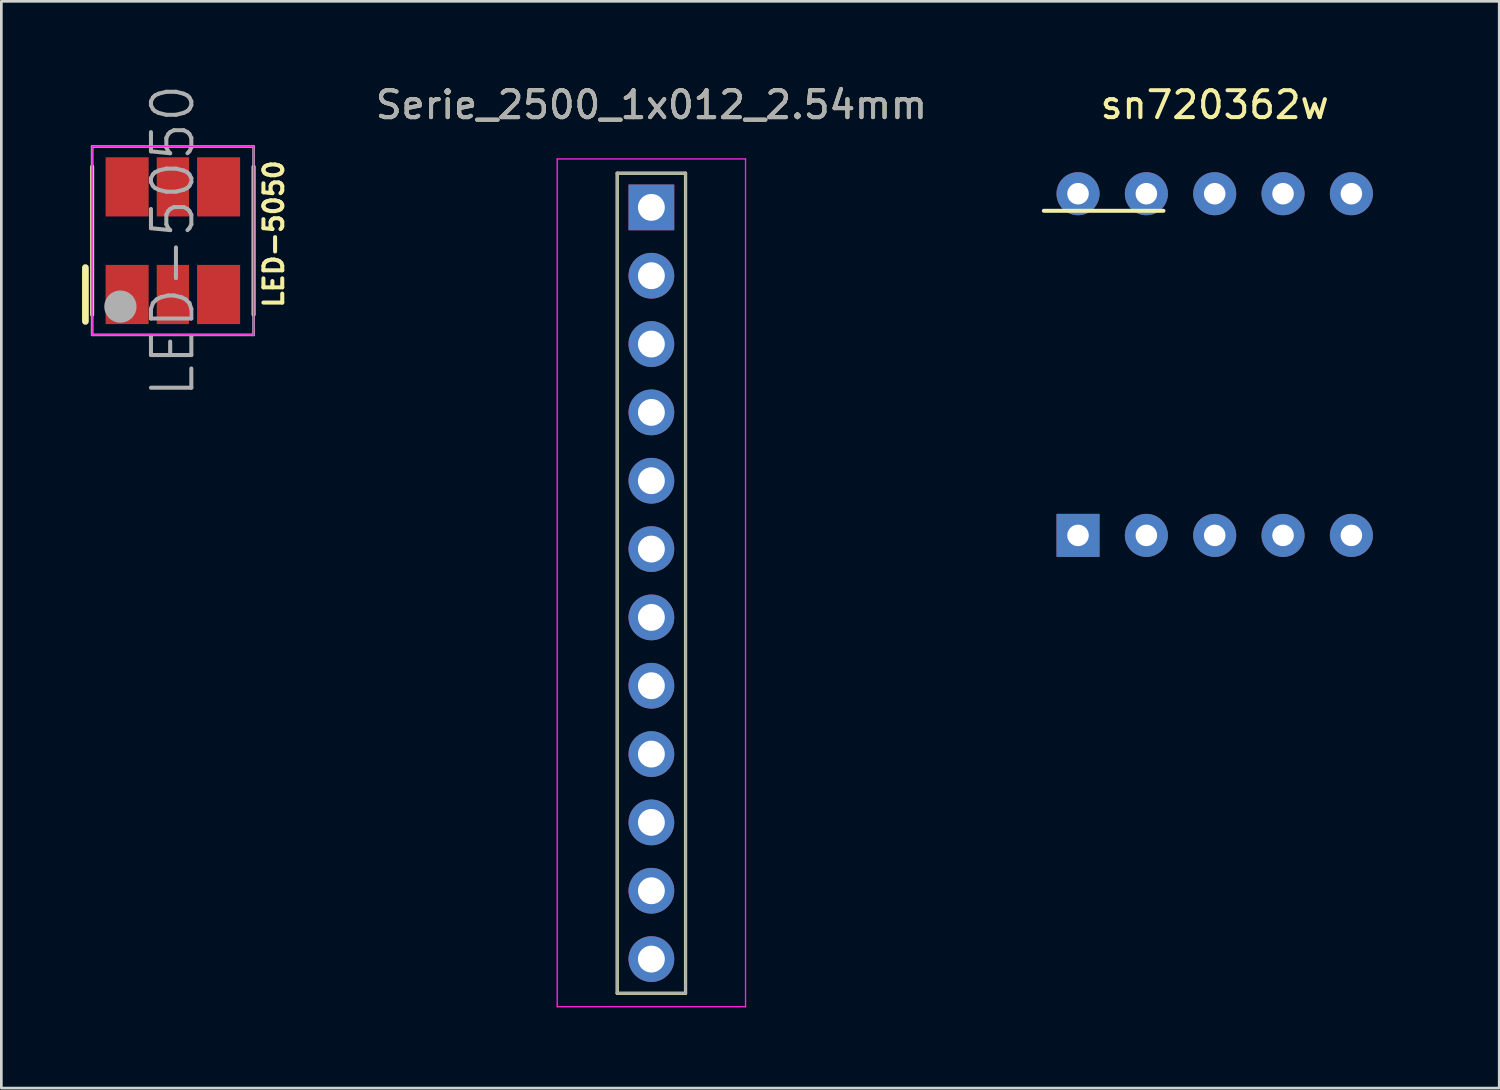
<source format=kicad_pcb>
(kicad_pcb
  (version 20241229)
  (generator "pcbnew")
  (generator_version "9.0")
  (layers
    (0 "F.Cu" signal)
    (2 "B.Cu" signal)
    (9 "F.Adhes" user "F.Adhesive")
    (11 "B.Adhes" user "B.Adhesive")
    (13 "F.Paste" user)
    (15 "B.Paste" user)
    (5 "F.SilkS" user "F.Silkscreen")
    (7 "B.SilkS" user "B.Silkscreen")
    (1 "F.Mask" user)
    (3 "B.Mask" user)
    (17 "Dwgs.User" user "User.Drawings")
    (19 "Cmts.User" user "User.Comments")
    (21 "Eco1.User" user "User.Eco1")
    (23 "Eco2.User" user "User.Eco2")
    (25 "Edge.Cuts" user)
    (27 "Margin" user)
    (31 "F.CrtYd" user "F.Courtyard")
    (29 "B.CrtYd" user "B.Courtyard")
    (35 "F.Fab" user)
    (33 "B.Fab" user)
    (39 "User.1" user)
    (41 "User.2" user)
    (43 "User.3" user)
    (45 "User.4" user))
  (footprint "LED-5050"
    (layer "F.Cu")
    (at 3.375 5.896)
    (property "Reference" "LED-5050" (at 3.75 -0.25 90) (layer "F.SilkS") (effects (font (size 0.7 0.7) (thickness 0.15))))
    (attr through_hole)
    (fp_line (start -3.25 1) (end -3.25 3) (stroke (width 0.25) (type solid)) (layer "F.SilkS"))
    (fp_line (start -3 2.75) (end -3 -2.75) (stroke (width 0.15) (type solid)) (layer "F.SilkS"))
    (fp_line (start 3 2.75) (end 3 -2.75) (stroke (width 0.15) (type solid)) (layer "F.SilkS"))
    (fp_line (start -3 -3.5) (end 3 -3.5) (stroke (width 0.05) (type solid)) (layer "F.CrtYd"))
    (fp_line (start -3 3.5) (end -3 -3.5) (stroke (width 0.05) (type solid)) (layer "F.CrtYd"))
    (fp_line (start 3 -3.5) (end 3 3.5) (stroke (width 0.05) (type solid)) (layer "F.CrtYd"))
    (fp_line (start 3 3.5) (end -3 3.5) (stroke (width 0.05) (type solid)) (layer "F.CrtYd"))
    (fp_line (start -3 -3.5) (end 3 -3.5) (stroke (width 0.1) (type solid)) (layer "F.Fab"))
    (fp_line (start -3 3.5) (end -3 -3.5) (stroke (width 0.1) (type solid)) (layer "F.Fab"))
    (fp_line (start 3 -3.5) (end 3 3.5) (stroke (width 0.1) (type solid)) (layer "F.Fab"))
    (fp_line (start 3 3.5) (end -3 3.5) (stroke (width 0.1) (type solid)) (layer "F.Fab"))
    (fp_circle (center -1.95 2.45) (end -1.65 2.45) (stroke (width 0.6) (type solid)) (fill no) (layer "F.Fab"))
    (fp_text user "${REFERENCE}" (at 0 0 90) (layer "F.Fab") (effects (font (size 1.5 1.5) (thickness 0.15))))
    (pad "1" smd rect (at -1.7 2) (size 1.6 2.2) (layers "F.Cu" "F.Mask" "F.Paste"))
    (pad "2" smd rect (at 0 2) (size 1.2 2.2) (layers "F.Cu" "F.Mask" "F.Paste"))
    (pad "3" smd rect (at 1.7 2) (size 1.6 2.2) (layers "F.Cu" "F.Mask" "F.Paste"))
    (pad "4" smd rect (at 1.7 -2) (size 1.6 2.2) (layers "F.Cu" "F.Mask" "F.Paste"))
    (pad "5" smd rect (at 0 -2) (size 1.2 2.2) (layers "F.Cu" "F.Mask" "F.Paste"))
    (pad "6" smd rect (at -1.7 -2) (size 1.6 2.2) (layers "F.Cu" "F.Mask" "F.Paste")))
  (footprint "sn720362w"
    (layer "F.Cu")
    (at 42.099 10.5)
    (property "Reference" "sn720362w" (at 0 -9.652 0) (layer "F.SilkS") (effects (font (size 1 1) (thickness 0.15))))
    (attr through_hole)
    (fp_line (start -6.35 -5.715) (end -1.905 -5.715) (stroke (width 0.15) (type solid)) (layer "F.SilkS"))
    (fp_line (start -7.5 -7) (end -7.5 7) (stroke (width 0.15) (type solid)) (layer "B.Paste"))
    (fp_line (start -7.5 -7) (end 7.5 -7) (stroke (width 0.15) (type solid)) (layer "B.Paste"))
    (fp_line (start -7.5 7) (end 7.5 7) (stroke (width 0.15) (type solid)) (layer "B.Paste"))
    (fp_line (start -5.19 -1) (end -5.19 -5) (stroke (width 0.15) (type solid)) (layer "B.Paste"))
    (fp_line (start -5.19 5) (end -5.19 1) (stroke (width 0.15) (type solid)) (layer "B.Paste"))
    (fp_line (start -4.19 -5) (end -2.19 -5) (stroke (width 0.15) (type solid)) (layer "B.Paste"))
    (fp_line (start -4.19 -1) (end -2.19 -1) (stroke (width 0.15) (type solid)) (layer "B.Paste"))
    (fp_line (start -4.19 1) (end -2.19 1) (stroke (width 0.15) (type solid)) (layer "B.Paste"))
    (fp_line (start -4.19 5) (end -2.19 5) (stroke (width 0.15) (type solid)) (layer "B.Paste"))
    (fp_line (start -1.19 -1) (end -1.19 -5) (stroke (width 0.15) (type solid)) (layer "B.Paste"))
    (fp_line (start -1.19 5) (end -1.19 1) (stroke (width 0.15) (type solid)) (layer "B.Paste"))
    (fp_line (start 0.54 -1) (end 0.54 -5) (stroke (width 0.15) (type solid)) (layer "B.Paste"))
    (fp_line (start 0.54 1) (end 0.54 5) (stroke (width 0.15) (type solid)) (layer "B.Paste"))
    (fp_line (start 1.54 -5) (end 3.54 -5) (stroke (width 0.15) (type solid)) (layer "B.Paste"))
    (fp_line (start 1.54 -1) (end 3.54 -1) (stroke (width 0.15) (type solid)) (layer "B.Paste"))
    (fp_line (start 1.54 1) (end 3.54 1) (stroke (width 0.15) (type solid)) (layer "B.Paste"))
    (fp_line (start 1.54 5) (end 3.54 5) (stroke (width 0.15) (type solid)) (layer "B.Paste"))
    (fp_line (start 4.54 -5) (end 4.54 -1) (stroke (width 0.15) (type solid)) (layer "B.Paste"))
    (fp_line (start 4.54 1) (end 4.54 5) (stroke (width 0.15) (type solid)) (layer "B.Paste"))
    (fp_line (start 7.5 7) (end 7.5 -7) (stroke (width 0.15) (type solid)) (layer "B.Paste"))
    (pad "1" thru_hole rect (at -5.08 6.35) (size 1.6 1.6) (drill 0.8) (layers "*.Cu" "*.Mask"))
    (pad "2" thru_hole circle (at -2.54 6.35) (size 1.6 1.6) (drill 0.8) (layers "*.Cu" "*.Mask"))
    (pad "3" thru_hole circle (at 0 6.35) (size 1.6 1.6) (drill 0.8) (layers "*.Cu" "*.Mask"))
    (pad "4" thru_hole circle (at 2.54 6.35) (size 1.6 1.6) (drill 0.8) (layers "*.Cu" "*.Mask"))
    (pad "5" thru_hole circle (at 5.08 6.35) (size 1.6 1.6) (drill 0.8) (layers "*.Cu" "*.Mask"))
    (pad "6" thru_hole circle (at 5.08 -6.35) (size 1.6 1.6) (drill 0.8) (layers "*.Cu" "*.Mask"))
    (pad "7" thru_hole circle (at 2.54 -6.35) (size 1.6 1.6) (drill 0.8) (layers "*.Cu" "*.Mask"))
    (pad "8" thru_hole circle (at 0 -6.35) (size 1.6 1.6) (drill 0.8) (layers "*.Cu" "*.Mask"))
    (pad "9" thru_hole circle (at -2.54 -6.35) (size 1.6 1.6) (drill 0.8) (layers "*.Cu" "*.Mask"))
    (pad "10" thru_hole circle (at -5.08 -6.35) (size 1.6 1.6) (drill 0.8) (layers "*.Cu" "*.Mask")))
  (footprint "Serie_2500_1x012_2.54mm"
    (layer "F.Cu")
    (at 21.161 4.658)
    (property "Reference" "Serie_2500_1x012_2.54mm" (at 0 -3.81 0) (layer "F.SilkS") (effects (font (size 1 1) (thickness 0.15))))
    (attr through_hole)
    (fp_line (start -1.27 -1.27) (end -1.27 29.21) (stroke (width 0.12) (type solid)) (layer "F.SilkS"))
    (fp_line (start -1.27 29.21) (end 1.27 29.21) (stroke (width 0.12) (type solid)) (layer "F.SilkS"))
    (fp_line (start 1.27 -1.27) (end -1.27 -1.27) (stroke (width 0.12) (type solid)) (layer "F.SilkS"))
    (fp_line (start 1.27 29.21) (end 1.27 -1.27) (stroke (width 0.12) (type solid)) (layer "F.SilkS"))
    (fp_line (start -3.5 -1.8) (end -3.5 29.71) (stroke (width 0.05) (type solid)) (layer "F.CrtYd"))
    (fp_line (start -3.5 29.71) (end 3.5 29.71) (stroke (width 0.05) (type solid)) (layer "F.CrtYd"))
    (fp_line (start 3.5 -1.8) (end -3.5 -1.8) (stroke (width 0.05) (type solid)) (layer "F.CrtYd"))
    (fp_line (start 3.5 29.71) (end 3.5 -1.8) (stroke (width 0.05) (type solid)) (layer "F.CrtYd"))
    (fp_line (start -1.27 -1.27) (end -1.27 29.21) (stroke (width 0.1) (type solid)) (layer "F.Fab"))
    (fp_line (start -1.27 29.21) (end 1.27 29.21) (stroke (width 0.1) (type solid)) (layer "F.Fab"))
    (fp_line (start 1.27 -1.27) (end -1.27 -1.27) (stroke (width 0.1) (type solid)) (layer "F.Fab"))
    (fp_line (start 1.27 29.21) (end 1.27 -1.27) (stroke (width 0.1) (type solid)) (layer "F.Fab"))
    (fp_text user "${REFERENCE}" (at 0 -3.81 0) (layer "F.Fab") (effects (font (size 1 1) (thickness 0.15))))
    (pad "1" thru_hole rect (at 0 0) (size 1.7 1.7) (drill 1) (layers "*.Cu" "*.Mask"))
    (pad "2" thru_hole oval (at 0 2.54) (size 1.7 1.7) (drill 1) (layers "*.Cu" "*.Mask"))
    (pad "3" thru_hole oval (at 0 5.08) (size 1.7 1.7) (drill 1) (layers "*.Cu" "*.Mask"))
    (pad "4" thru_hole oval (at 0 7.62) (size 1.7 1.7) (drill 1) (layers "*.Cu" "*.Mask"))
    (pad "5" thru_hole oval (at 0 10.16) (size 1.7 1.7) (drill 1) (layers "*.Cu" "*.Mask"))
    (pad "6" thru_hole oval (at 0 12.7) (size 1.7 1.7) (drill 1) (layers "*.Cu" "*.Mask"))
    (pad "7" thru_hole oval (at 0 15.24) (size 1.7 1.7) (drill 1) (layers "*.Cu" "*.Mask"))
    (pad "8" thru_hole oval (at 0 17.78) (size 1.7 1.7) (drill 1) (layers "*.Cu" "*.Mask"))
    (pad "9" thru_hole circle (at 0 20.32) (size 1.7 1.7) (drill 1) (layers "*.Cu" "*.Mask"))
    (pad "10" thru_hole circle (at 0 22.86) (size 1.7 1.7) (drill 1) (layers "*.Cu" "*.Mask"))
    (pad "11" thru_hole circle (at 0 25.4) (size 1.7 1.7) (drill 1) (layers "*.Cu" "*.Mask"))
    (pad "12" thru_hole circle (at 0 27.94) (size 1.7 1.7) (drill 1) (layers "*.Cu" "*.Mask")))
  (gr_rect
    (start -3 -3)
    (end 52.674 37.393)
    (stroke (width 0.1) (type default))
    (fill no)
    (layer "Edge.Cuts")))
</source>
